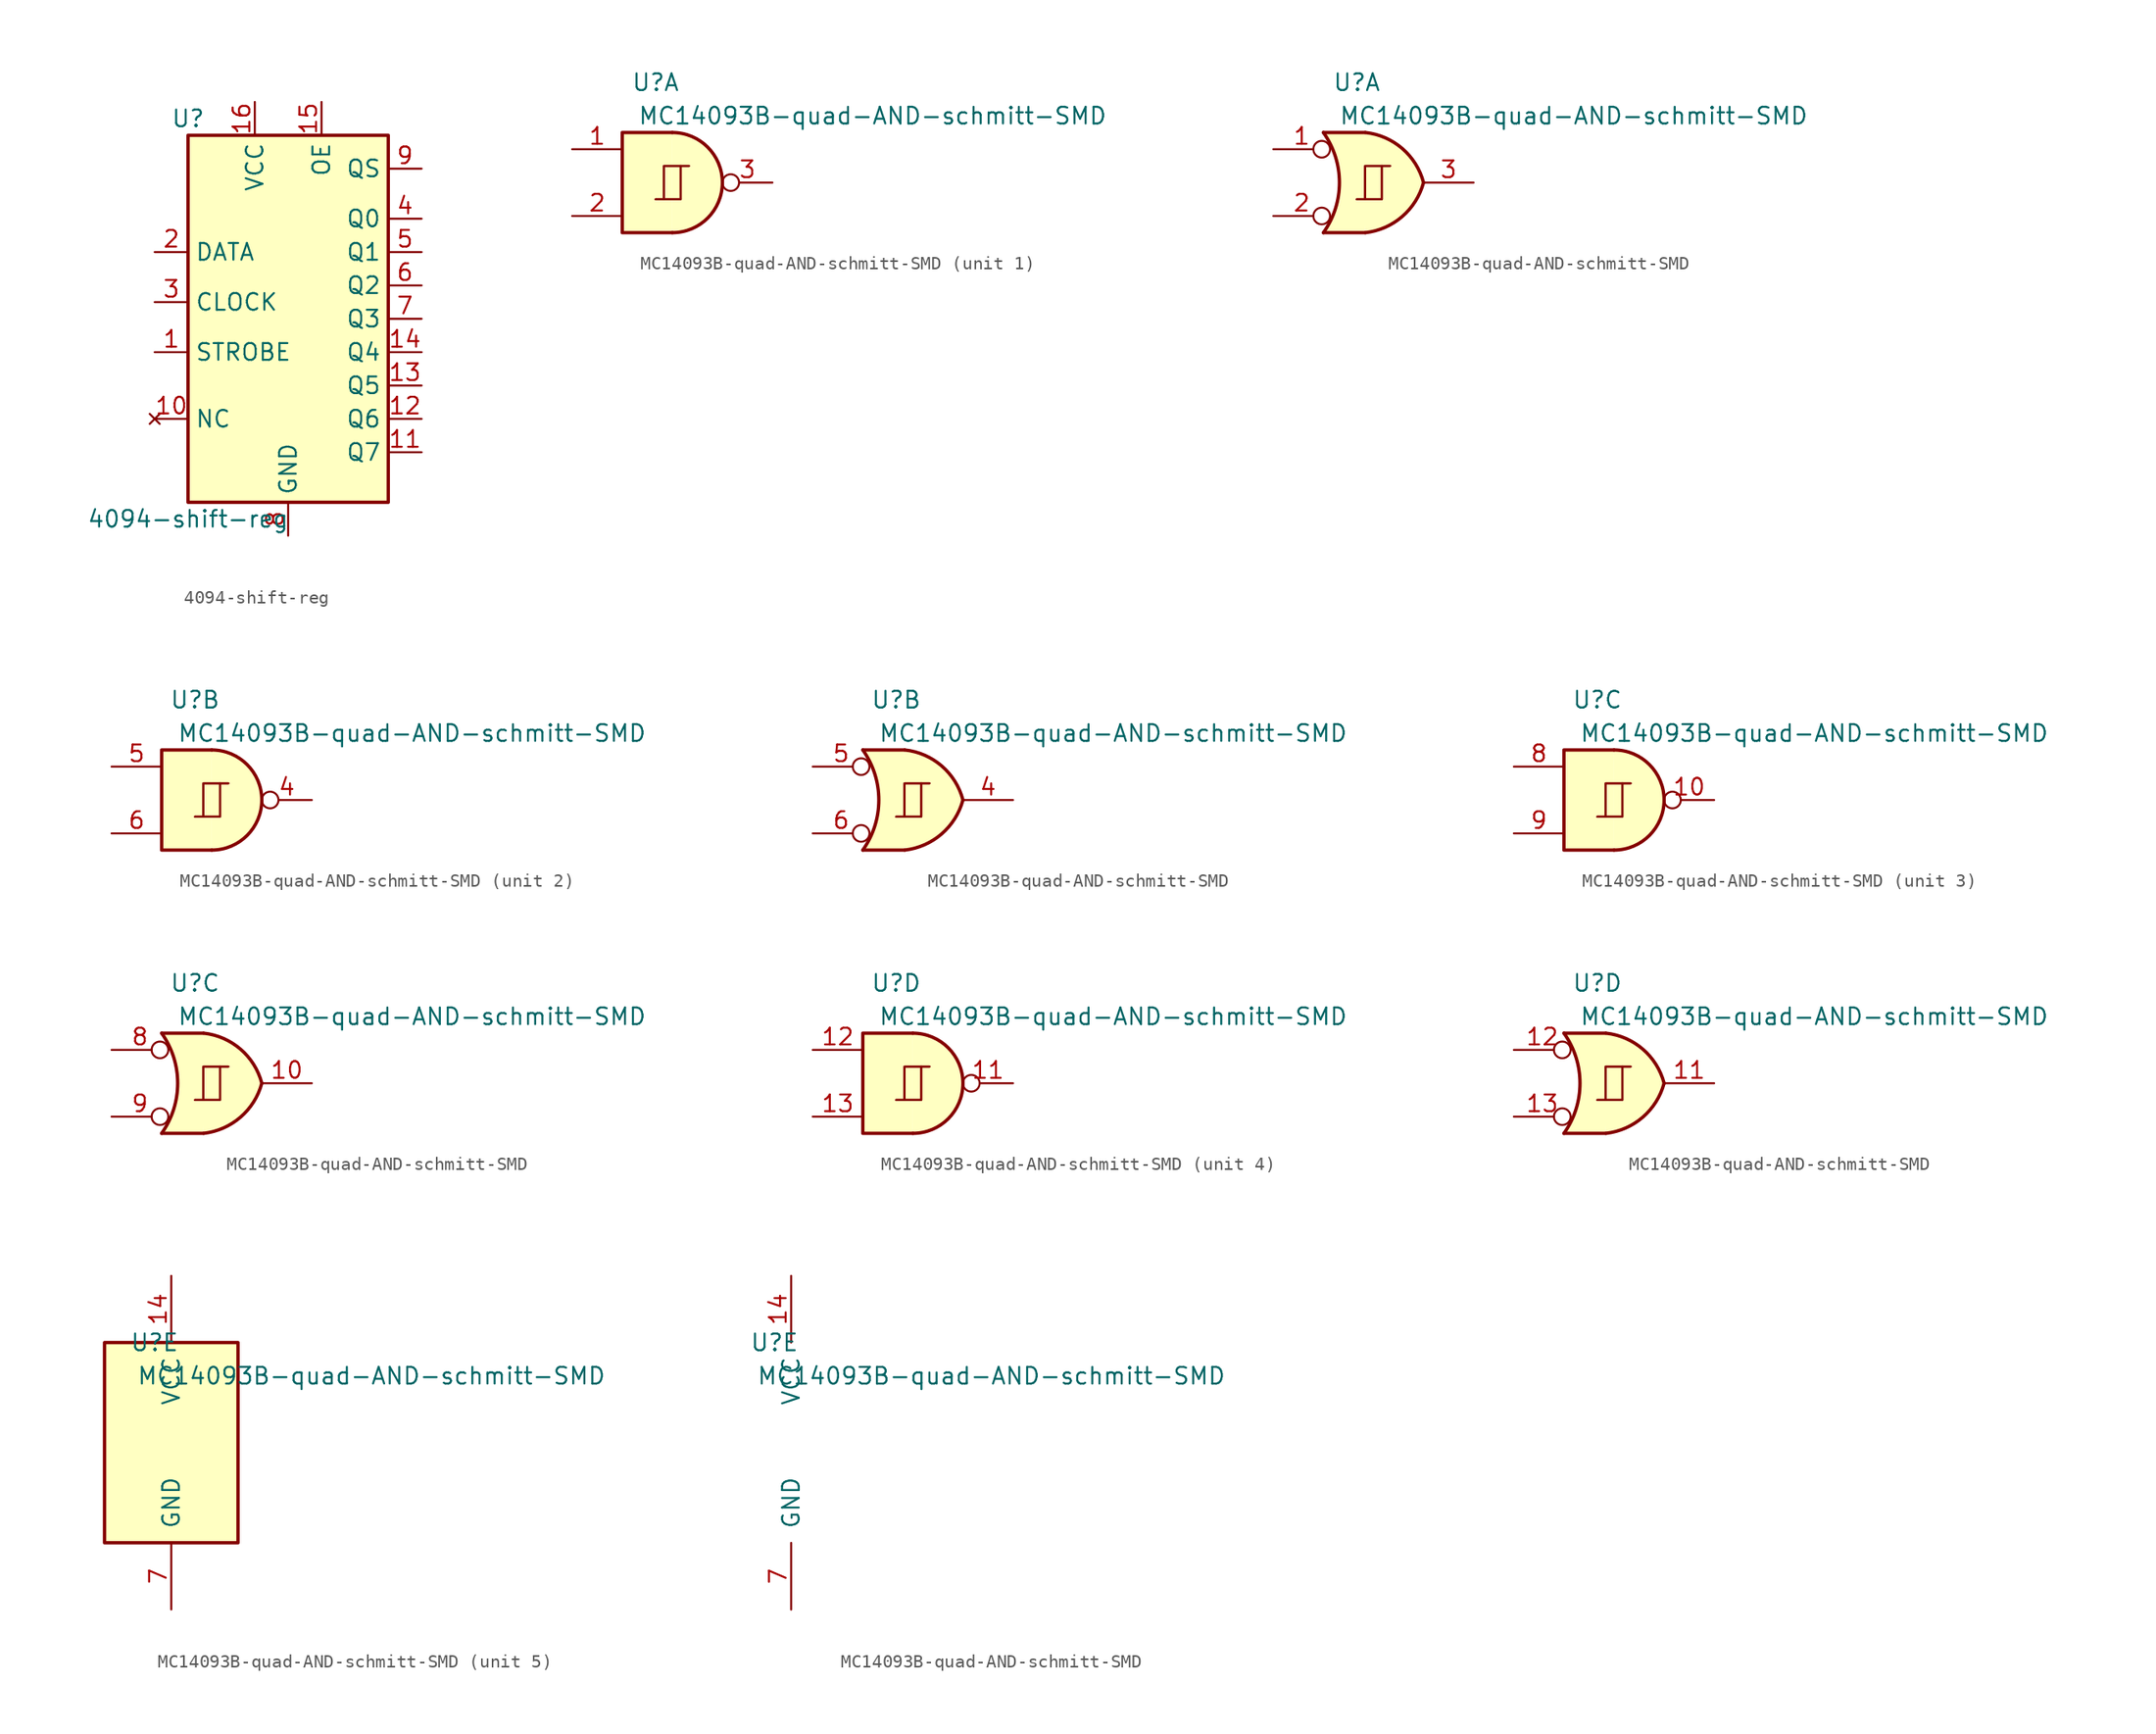
<source format=kicad_sym>
(kicad_symbol_lib
  (version 20220914)
  (generator kicad_symbol_editor)
  (symbol "4094-shift-reg"
    (property "Reference" "U"
      (at -7.62 13.97 0)
      (effects (font (size 1.27 1.27))))
    (property "Value" "4094-shift-reg"
      (at -7.62 -16.51 0)
      (effects (font (size 1.27 1.27))))
    (symbol "4094-shift-reg_1_0"
      (pin input line (at -10.16 -3.81 0) (length 2.54) (name "STROBE" (effects (font (size 1.27 1.27)))) (number "1" (effects (font (size 1.27 1.27)))))
      (pin no_connect line (at -10.16 -8.89 0) (length 2.54) (name "NC" (effects (font (size 1.27 1.27)))) (number "10" (effects (font (size 1.27 1.27)))))
      (pin tri_state line (at 10.16 -11.43 180) (length 2.54) (name "Q7" (effects (font (size 1.27 1.27)))) (number "11" (effects (font (size 1.27 1.27)))))
      (pin tri_state line (at 10.16 -8.89 180) (length 2.54) (name "Q6" (effects (font (size 1.27 1.27)))) (number "12" (effects (font (size 1.27 1.27)))))
      (pin tri_state line (at 10.16 -6.35 180) (length 2.54) (name "Q5" (effects (font (size 1.27 1.27)))) (number "13" (effects (font (size 1.27 1.27)))))
      (pin tri_state line (at 10.16 -3.81 180) (length 2.54) (name "Q4" (effects (font (size 1.27 1.27)))) (number "14" (effects (font (size 1.27 1.27)))))
      (pin input line (at 2.54 15.24 270) (length 2.54) (name "OE" (effects (font (size 1.27 1.27)))) (number "15" (effects (font (size 1.27 1.27)))))
      (pin power_in line (at -2.54 15.24 270) (length 2.54) (name "VCC" (effects (font (size 1.27 1.27)))) (number "16" (effects (font (size 1.27 1.27)))))
      (pin input line (at -10.16 3.81 0) (length 2.54) (name "DATA" (effects (font (size 1.27 1.27)))) (number "2" (effects (font (size 1.27 1.27)))))
      (pin input line (at -10.16 0 0) (length 2.54) (name "CLOCK" (effects (font (size 1.27 1.27)))) (number "3" (effects (font (size 1.27 1.27)))))
      (pin tri_state line (at 10.16 6.35 180) (length 2.54) (name "Q0" (effects (font (size 1.27 1.27)))) (number "4" (effects (font (size 1.27 1.27)))))
      (pin tri_state line (at 10.16 3.81 180) (length 2.54) (name "Q1" (effects (font (size 1.27 1.27)))) (number "5" (effects (font (size 1.27 1.27)))))
      (pin tri_state line (at 10.16 1.27 180) (length 2.54) (name "Q2" (effects (font (size 1.27 1.27)))) (number "6" (effects (font (size 1.27 1.27)))))
      (pin tri_state line (at 10.16 -1.27 180) (length 2.54) (name "Q3" (effects (font (size 1.27 1.27)))) (number "7" (effects (font (size 1.27 1.27)))))
      (pin power_in line (at 0 -17.78 90) (length 2.54) (name "GND" (effects (font (size 1.27 1.27)))) (number "8" (effects (font (size 1.27 1.27)))))
      (pin output line (at 10.16 10.16 180) (length 2.54) (name "QS" (effects (font (size 1.27 1.27)))) (number "9" (effects (font (size 1.27 1.27))))))
    (symbol "4094-shift-reg_1_1"
      (rectangle (start -7.62 12.7) (end 7.62 -15.24) (stroke (width 0.254) (type default)) (fill (type background)))))
  (symbol "MC14093B-quad-AND-schmitt-SMD"
    (pin_names
      (offset 1.016))
    (property "Reference" "U"
      (at -1.27 7.62 0)
      (effects (font (size 1.27 1.27))))
    (property "Value" "MC14093B-quad-AND-schmitt-SMD"
      (at 15.24 5.08 0)
      (effects (font (size 1.27 1.27))))
    (property "ki_locked" ""
      (at 0 0 0)
      (effects (font (size 1.27 1.27))))
    (symbol "MC14093B-quad-AND-schmitt-SMD_1_0"
      (polyline (pts (xy -0.635 -1.27) (xy -0.635 1.27) (xy 0.635 1.27)) (stroke (width 0) (type default)) (fill (type none)))
      (polyline (pts (xy -0.635 -1.27) (xy -0.635 1.27) (xy 0.635 1.27)) (stroke (width 0) (type default)) (fill (type none)))
      (polyline (pts (xy -1.27 -1.27) (xy 0.635 -1.27) (xy 0.635 1.27) (xy 1.27 1.27)) (stroke (width 0) (type default)) (fill (type none)))
      (polyline (pts (xy -1.27 -1.27) (xy 0.635 -1.27) (xy 0.635 1.27) (xy 1.27 1.27)) (stroke (width 0) (type default)) (fill (type none))))
    (symbol "MC14093B-quad-AND-schmitt-SMD_1_1"
      (arc (start 0 -3.81) (mid 3.7934 0) (end 0 3.81) (stroke (width 0.254) (type default)) (fill (type background)))
      (polyline (pts (xy 0 3.81) (xy -3.81 3.81) (xy -3.81 -3.81) (xy 0 -3.81)) (stroke (width 0.254) (type default)) (fill (type background)))
      (pin input line (at -7.62 2.54 0) (length 3.81) (name "~" (effects (font (size 1.27 1.27)))) (number "1" (effects (font (size 1.27 1.27)))))
      (pin input line (at -7.62 -2.54 0) (length 3.81) (name "~" (effects (font (size 1.27 1.27)))) (number "2" (effects (font (size 1.27 1.27)))))
      (pin output inverted (at 7.62 0 180) (length 3.81) (name "~" (effects (font (size 1.27 1.27)))) (number "3" (effects (font (size 1.27 1.27))))))
    (symbol "MC14093B-quad-AND-schmitt-SMD_1_2"
      (arc (start -3.81 -3.81) (mid -2.589 0) (end -3.81 3.81) (stroke (width 0.254) (type default)) (fill (type none)))
      (arc (start -0.6096 -3.81) (mid 2.1842 -2.5851) (end 3.81 0) (stroke (width 0.254) (type default)) (fill (type background)))
      (polyline (pts (xy -3.81 -3.81) (xy -0.635 -3.81)) (stroke (width 0.254) (type default)) (fill (type background)))
      (polyline (pts (xy -3.81 3.81) (xy -0.635 3.81)) (stroke (width 0.254) (type default)) (fill (type background)))
      (polyline (pts (xy -0.635 3.81) (xy -3.81 3.81) (xy -3.81 3.81) (xy -3.556 3.404) (xy -3.023 2.261) (xy -2.692 1.041) (xy -2.616 -0.254) (xy -2.769 -1.499) (xy -3.175 -2.718) (xy -3.81 -3.81) (xy -3.81 -3.81) (xy -0.635 -3.81)) (stroke (width -25.4) (type default)) (fill (type background)))
      (arc (start 3.81 0) (mid 2.1915 2.5936) (end -0.6096 3.81) (stroke (width 0.254) (type default)) (fill (type background)))
      (pin input inverted (at -7.62 2.54 0) (length 4.318) (name "~" (effects (font (size 1.27 1.27)))) (number "1" (effects (font (size 1.27 1.27)))))
      (pin input inverted (at -7.62 -2.54 0) (length 4.318) (name "~" (effects (font (size 1.27 1.27)))) (number "2" (effects (font (size 1.27 1.27)))))
      (pin output line (at 7.62 0 180) (length 3.81) (name "~" (effects (font (size 1.27 1.27)))) (number "3" (effects (font (size 1.27 1.27))))))
    (symbol "MC14093B-quad-AND-schmitt-SMD_2_0"
      (polyline (pts (xy -0.635 -1.27) (xy -0.635 1.27) (xy 0.635 1.27)) (stroke (width 0) (type default)) (fill (type none)))
      (polyline (pts (xy -0.635 -1.27) (xy -0.635 1.27) (xy 0.635 1.27)) (stroke (width 0) (type default)) (fill (type none)))
      (polyline (pts (xy -1.27 -1.27) (xy 0.635 -1.27) (xy 0.635 1.27) (xy 1.27 1.27)) (stroke (width 0) (type default)) (fill (type none)))
      (polyline (pts (xy -1.27 -1.27) (xy 0.635 -1.27) (xy 0.635 1.27) (xy 1.27 1.27)) (stroke (width 0) (type default)) (fill (type none))))
    (symbol "MC14093B-quad-AND-schmitt-SMD_2_1"
      (arc (start 0 -3.81) (mid 3.7934 0) (end 0 3.81) (stroke (width 0.254) (type default)) (fill (type background)))
      (polyline (pts (xy 0 3.81) (xy -3.81 3.81) (xy -3.81 -3.81) (xy 0 -3.81)) (stroke (width 0.254) (type default)) (fill (type background)))
      (pin output inverted (at 7.62 0 180) (length 3.81) (name "~" (effects (font (size 1.27 1.27)))) (number "4" (effects (font (size 1.27 1.27)))))
      (pin input line (at -7.62 2.54 0) (length 3.81) (name "~" (effects (font (size 1.27 1.27)))) (number "5" (effects (font (size 1.27 1.27)))))
      (pin input line (at -7.62 -2.54 0) (length 3.81) (name "~" (effects (font (size 1.27 1.27)))) (number "6" (effects (font (size 1.27 1.27))))))
    (symbol "MC14093B-quad-AND-schmitt-SMD_2_2"
      (arc (start -3.81 -3.81) (mid -2.589 0) (end -3.81 3.81) (stroke (width 0.254) (type default)) (fill (type none)))
      (arc (start -0.6096 -3.81) (mid 2.1842 -2.5851) (end 3.81 0) (stroke (width 0.254) (type default)) (fill (type background)))
      (polyline (pts (xy -3.81 -3.81) (xy -0.635 -3.81)) (stroke (width 0.254) (type default)) (fill (type background)))
      (polyline (pts (xy -3.81 3.81) (xy -0.635 3.81)) (stroke (width 0.254) (type default)) (fill (type background)))
      (polyline (pts (xy -0.635 3.81) (xy -3.81 3.81) (xy -3.81 3.81) (xy -3.556 3.404) (xy -3.023 2.261) (xy -2.692 1.041) (xy -2.616 -0.254) (xy -2.769 -1.499) (xy -3.175 -2.718) (xy -3.81 -3.81) (xy -3.81 -3.81) (xy -0.635 -3.81)) (stroke (width -25.4) (type default)) (fill (type background)))
      (arc (start 3.81 0) (mid 2.1915 2.5936) (end -0.6096 3.81) (stroke (width 0.254) (type default)) (fill (type background)))
      (pin output line (at 7.62 0 180) (length 3.81) (name "~" (effects (font (size 1.27 1.27)))) (number "4" (effects (font (size 1.27 1.27)))))
      (pin input inverted (at -7.62 2.54 0) (length 4.318) (name "~" (effects (font (size 1.27 1.27)))) (number "5" (effects (font (size 1.27 1.27)))))
      (pin input inverted (at -7.62 -2.54 0) (length 4.318) (name "~" (effects (font (size 1.27 1.27)))) (number "6" (effects (font (size 1.27 1.27))))))
    (symbol "MC14093B-quad-AND-schmitt-SMD_3_0"
      (polyline (pts (xy -0.635 -1.27) (xy -0.635 1.27) (xy 0.635 1.27)) (stroke (width 0) (type default)) (fill (type none)))
      (polyline (pts (xy -0.635 -1.27) (xy -0.635 1.27) (xy 0.635 1.27)) (stroke (width 0) (type default)) (fill (type none)))
      (polyline (pts (xy -1.27 -1.27) (xy 0.635 -1.27) (xy 0.635 1.27) (xy 1.27 1.27)) (stroke (width 0) (type default)) (fill (type none)))
      (polyline (pts (xy -1.27 -1.27) (xy 0.635 -1.27) (xy 0.635 1.27) (xy 1.27 1.27)) (stroke (width 0) (type default)) (fill (type none))))
    (symbol "MC14093B-quad-AND-schmitt-SMD_3_1"
      (arc (start 0 -3.81) (mid 3.7934 0) (end 0 3.81) (stroke (width 0.254) (type default)) (fill (type background)))
      (polyline (pts (xy 0 3.81) (xy -3.81 3.81) (xy -3.81 -3.81) (xy 0 -3.81)) (stroke (width 0.254) (type default)) (fill (type background)))
      (pin output inverted (at 7.62 0 180) (length 3.81) (name "~" (effects (font (size 1.27 1.27)))) (number "10" (effects (font (size 1.27 1.27)))))
      (pin input line (at -7.62 2.54 0) (length 3.81) (name "~" (effects (font (size 1.27 1.27)))) (number "8" (effects (font (size 1.27 1.27)))))
      (pin input line (at -7.62 -2.54 0) (length 3.81) (name "~" (effects (font (size 1.27 1.27)))) (number "9" (effects (font (size 1.27 1.27))))))
    (symbol "MC14093B-quad-AND-schmitt-SMD_3_2"
      (arc (start -3.81 -3.81) (mid -2.589 0) (end -3.81 3.81) (stroke (width 0.254) (type default)) (fill (type none)))
      (arc (start -0.6096 -3.81) (mid 2.1842 -2.5851) (end 3.81 0) (stroke (width 0.254) (type default)) (fill (type background)))
      (polyline (pts (xy -3.81 -3.81) (xy -0.635 -3.81)) (stroke (width 0.254) (type default)) (fill (type background)))
      (polyline (pts (xy -3.81 3.81) (xy -0.635 3.81)) (stroke (width 0.254) (type default)) (fill (type background)))
      (polyline (pts (xy -0.635 3.81) (xy -3.81 3.81) (xy -3.81 3.81) (xy -3.556 3.404) (xy -3.023 2.261) (xy -2.692 1.041) (xy -2.616 -0.254) (xy -2.769 -1.499) (xy -3.175 -2.718) (xy -3.81 -3.81) (xy -3.81 -3.81) (xy -0.635 -3.81)) (stroke (width -25.4) (type default)) (fill (type background)))
      (arc (start 3.81 0) (mid 2.1915 2.5936) (end -0.6096 3.81) (stroke (width 0.254) (type default)) (fill (type background)))
      (pin output line (at 7.62 0 180) (length 3.81) (name "~" (effects (font (size 1.27 1.27)))) (number "10" (effects (font (size 1.27 1.27)))))
      (pin input inverted (at -7.62 2.54 0) (length 4.318) (name "~" (effects (font (size 1.27 1.27)))) (number "8" (effects (font (size 1.27 1.27)))))
      (pin input inverted (at -7.62 -2.54 0) (length 4.318) (name "~" (effects (font (size 1.27 1.27)))) (number "9" (effects (font (size 1.27 1.27))))))
    (symbol "MC14093B-quad-AND-schmitt-SMD_4_0"
      (polyline (pts (xy -0.635 -1.27) (xy -0.635 1.27) (xy 0.635 1.27)) (stroke (width 0) (type default)) (fill (type none)))
      (polyline (pts (xy -0.635 -1.27) (xy -0.635 1.27) (xy 0.635 1.27)) (stroke (width 0) (type default)) (fill (type none)))
      (polyline (pts (xy -1.27 -1.27) (xy 0.635 -1.27) (xy 0.635 1.27) (xy 1.27 1.27)) (stroke (width 0) (type default)) (fill (type none)))
      (polyline (pts (xy -1.27 -1.27) (xy 0.635 -1.27) (xy 0.635 1.27) (xy 1.27 1.27)) (stroke (width 0) (type default)) (fill (type none))))
    (symbol "MC14093B-quad-AND-schmitt-SMD_4_1"
      (arc (start 0 -3.81) (mid 3.7934 0) (end 0 3.81) (stroke (width 0.254) (type default)) (fill (type background)))
      (polyline (pts (xy 0 3.81) (xy -3.81 3.81) (xy -3.81 -3.81) (xy 0 -3.81)) (stroke (width 0.254) (type default)) (fill (type background)))
      (pin output inverted (at 7.62 0 180) (length 3.81) (name "~" (effects (font (size 1.27 1.27)))) (number "11" (effects (font (size 1.27 1.27)))))
      (pin input line (at -7.62 2.54 0) (length 3.81) (name "~" (effects (font (size 1.27 1.27)))) (number "12" (effects (font (size 1.27 1.27)))))
      (pin input line (at -7.62 -2.54 0) (length 3.81) (name "~" (effects (font (size 1.27 1.27)))) (number "13" (effects (font (size 1.27 1.27))))))
    (symbol "MC14093B-quad-AND-schmitt-SMD_4_2"
      (arc (start -3.81 -3.81) (mid -2.589 0) (end -3.81 3.81) (stroke (width 0.254) (type default)) (fill (type none)))
      (arc (start -0.6096 -3.81) (mid 2.1842 -2.5851) (end 3.81 0) (stroke (width 0.254) (type default)) (fill (type background)))
      (polyline (pts (xy -3.81 -3.81) (xy -0.635 -3.81)) (stroke (width 0.254) (type default)) (fill (type background)))
      (polyline (pts (xy -3.81 3.81) (xy -0.635 3.81)) (stroke (width 0.254) (type default)) (fill (type background)))
      (polyline (pts (xy -0.635 3.81) (xy -3.81 3.81) (xy -3.81 3.81) (xy -3.556 3.404) (xy -3.023 2.261) (xy -2.692 1.041) (xy -2.616 -0.254) (xy -2.769 -1.499) (xy -3.175 -2.718) (xy -3.81 -3.81) (xy -3.81 -3.81) (xy -0.635 -3.81)) (stroke (width -25.4) (type default)) (fill (type background)))
      (arc (start 3.81 0) (mid 2.1915 2.5936) (end -0.6096 3.81) (stroke (width 0.254) (type default)) (fill (type background)))
      (pin output line (at 7.62 0 180) (length 3.81) (name "~" (effects (font (size 1.27 1.27)))) (number "11" (effects (font (size 1.27 1.27)))))
      (pin input inverted (at -7.62 2.54 0) (length 4.318) (name "~" (effects (font (size 1.27 1.27)))) (number "12" (effects (font (size 1.27 1.27)))))
      (pin input inverted (at -7.62 -2.54 0) (length 4.318) (name "~" (effects (font (size 1.27 1.27)))) (number "13" (effects (font (size 1.27 1.27))))))
    (symbol "MC14093B-quad-AND-schmitt-SMD_5_0"
      (pin power_in line (at 0 12.7 270) (length 5.08) (name "VCC" (effects (font (size 1.27 1.27)))) (number "14" (effects (font (size 1.27 1.27)))))
      (pin power_in line (at 0 -12.7 90) (length 5.08) (name "GND" (effects (font (size 1.27 1.27)))) (number "7" (effects (font (size 1.27 1.27))))))
    (symbol "MC14093B-quad-AND-schmitt-SMD_5_1"
      (rectangle (start -5.08 7.62) (end 5.08 -7.62) (stroke (width 0.254) (type default)) (fill (type background))))))
</source>
